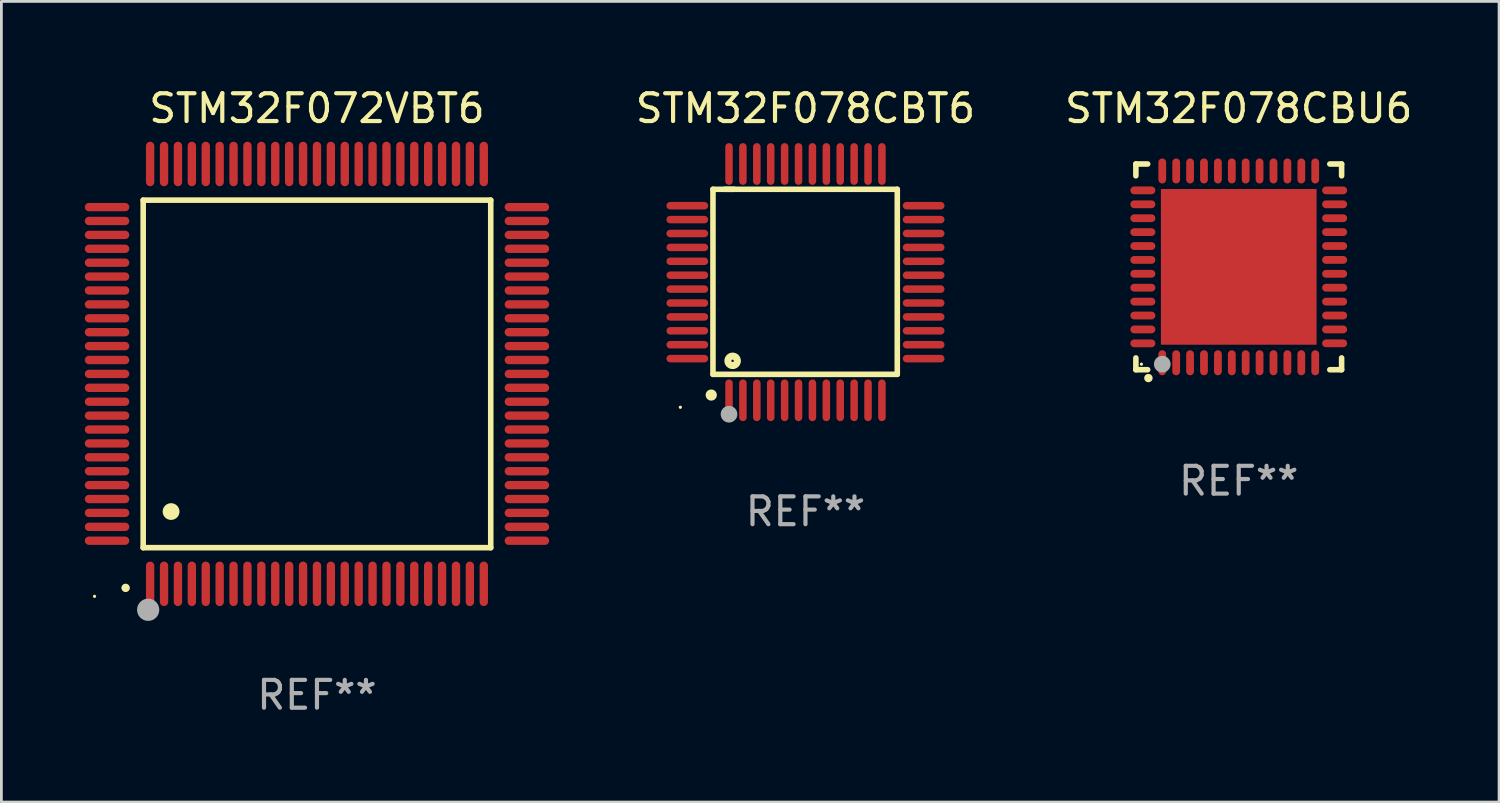
<source format=kicad_pcb>
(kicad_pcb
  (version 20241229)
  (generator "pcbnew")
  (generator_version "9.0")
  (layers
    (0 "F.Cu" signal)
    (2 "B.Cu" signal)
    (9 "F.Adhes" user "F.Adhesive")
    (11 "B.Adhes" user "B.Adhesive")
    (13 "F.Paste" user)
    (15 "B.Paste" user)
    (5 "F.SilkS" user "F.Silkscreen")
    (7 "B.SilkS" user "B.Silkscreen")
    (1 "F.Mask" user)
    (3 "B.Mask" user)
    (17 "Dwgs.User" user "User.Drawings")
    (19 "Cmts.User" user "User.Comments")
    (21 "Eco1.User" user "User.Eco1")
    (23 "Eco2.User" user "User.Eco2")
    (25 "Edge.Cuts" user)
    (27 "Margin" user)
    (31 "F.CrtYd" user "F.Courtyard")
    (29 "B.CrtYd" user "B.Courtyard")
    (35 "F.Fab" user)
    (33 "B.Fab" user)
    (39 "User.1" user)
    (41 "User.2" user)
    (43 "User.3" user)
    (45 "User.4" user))
  (footprint "STM32F072VBT6"
    (layer "F.Cu")
    (at 8.35 10.398)
    (property "Reference" "STM32F072VBT6" (at 0 -9.55 0) (layer "F.SilkS") (effects (font (size 1 1) (thickness 0.15))))
    (attr through_hole)
    (fp_line (start -6.25 -6.25) (end -6.25 6.25) (stroke (width 0.2) (type solid)) (layer "F.SilkS"))
    (fp_line (start -6.25 6.25) (end 6.25 6.25) (stroke (width 0.2) (type solid)) (layer "F.SilkS"))
    (fp_line (start 6.25 -6.25) (end -6.25 -6.25) (stroke (width 0.2) (type solid)) (layer "F.SilkS"))
    (fp_line (start 6.25 6.25) (end 6.25 -6.25) (stroke (width 0.2) (type solid)) (layer "F.SilkS"))
    (fp_arc (start -6.883414 7.696215) (mid -6.882144 7.69621) (end -6.880874 7.696215) (stroke (width 0.3) (type solid)) (layer "F.SilkS"))
    (fp_arc (start -5.250191 4.95047) (mid -5.247651 4.950459) (end -5.245111 4.95047) (stroke (width 0.6) (type solid)) (layer "F.SilkS"))
    (fp_circle (center -8 8) (end -7.97 8) (stroke (width 0.06) (type solid)) (fill no) (layer "F.SilkS"))
    (fp_circle (center -6.071 8.484) (end -5.871 8.484) (stroke (width 0.4) (type solid)) (fill no) (layer "F.Fab"))
    (fp_text user "REF**" (at 0 11.55 0) (layer "F.Fab") (effects (font (size 1 1) (thickness 0.15))))
    (pad "1" smd oval (at -6 7.55) (size 0.3 1.6) (layers "F.Cu" "F.Mask" "F.Paste"))
    (pad "2" smd oval (at -5.5 7.55) (size 0.3 1.6) (layers "F.Cu" "F.Mask" "F.Paste"))
    (pad "3" smd oval (at -5 7.55) (size 0.3 1.6) (layers "F.Cu" "F.Mask" "F.Paste"))
    (pad "4" smd oval (at -4.5 7.55) (size 0.3 1.6) (layers "F.Cu" "F.Mask" "F.Paste"))
    (pad "5" smd oval (at -4 7.55) (size 0.3 1.6) (layers "F.Cu" "F.Mask" "F.Paste"))
    (pad "6" smd oval (at -3.5 7.55) (size 0.3 1.6) (layers "F.Cu" "F.Mask" "F.Paste"))
    (pad "7" smd oval (at -3 7.55) (size 0.3 1.6) (layers "F.Cu" "F.Mask" "F.Paste"))
    (pad "8" smd oval (at -2.5 7.55) (size 0.3 1.6) (layers "F.Cu" "F.Mask" "F.Paste"))
    (pad "9" smd oval (at -2 7.55) (size 0.3 1.6) (layers "F.Cu" "F.Mask" "F.Paste"))
    (pad "10" smd oval (at -1.5 7.55) (size 0.3 1.6) (layers "F.Cu" "F.Mask" "F.Paste"))
    (pad "11" smd oval (at -1 7.55) (size 0.3 1.6) (layers "F.Cu" "F.Mask" "F.Paste"))
    (pad "12" smd oval (at -0.5 7.55) (size 0.3 1.6) (layers "F.Cu" "F.Mask" "F.Paste"))
    (pad "13" smd oval (at 0 7.55) (size 0.3 1.6) (layers "F.Cu" "F.Mask" "F.Paste"))
    (pad "14" smd oval (at 0.5 7.55) (size 0.3 1.6) (layers "F.Cu" "F.Mask" "F.Paste"))
    (pad "15" smd oval (at 1 7.55) (size 0.3 1.6) (layers "F.Cu" "F.Mask" "F.Paste"))
    (pad "16" smd oval (at 1.5 7.55) (size 0.3 1.6) (layers "F.Cu" "F.Mask" "F.Paste"))
    (pad "17" smd oval (at 2 7.55) (size 0.3 1.6) (layers "F.Cu" "F.Mask" "F.Paste"))
    (pad "18" smd oval (at 2.5 7.55) (size 0.3 1.6) (layers "F.Cu" "F.Mask" "F.Paste"))
    (pad "19" smd oval (at 3 7.55) (size 0.3 1.6) (layers "F.Cu" "F.Mask" "F.Paste"))
    (pad "20" smd oval (at 3.5 7.55) (size 0.3 1.6) (layers "F.Cu" "F.Mask" "F.Paste"))
    (pad "21" smd oval (at 4 7.55) (size 0.3 1.6) (layers "F.Cu" "F.Mask" "F.Paste"))
    (pad "22" smd oval (at 4.5 7.55) (size 0.3 1.6) (layers "F.Cu" "F.Mask" "F.Paste"))
    (pad "23" smd oval (at 5 7.55) (size 0.3 1.6) (layers "F.Cu" "F.Mask" "F.Paste"))
    (pad "24" smd oval (at 5.5 7.55) (size 0.3 1.6) (layers "F.Cu" "F.Mask" "F.Paste"))
    (pad "25" smd oval (at 6 7.55) (size 0.3 1.6) (layers "F.Cu" "F.Mask" "F.Paste"))
    (pad "26" smd oval (at 7.55 6) (size 1.6 0.3) (layers "F.Cu" "F.Mask" "F.Paste"))
    (pad "27" smd oval (at 7.55 5.5) (size 1.6 0.3) (layers "F.Cu" "F.Mask" "F.Paste"))
    (pad "28" smd oval (at 7.55 5) (size 1.6 0.3) (layers "F.Cu" "F.Mask" "F.Paste"))
    (pad "29" smd oval (at 7.55 4.5) (size 1.6 0.3) (layers "F.Cu" "F.Mask" "F.Paste"))
    (pad "30" smd oval (at 7.55 4) (size 1.6 0.3) (layers "F.Cu" "F.Mask" "F.Paste"))
    (pad "31" smd oval (at 7.55 3.5) (size 1.6 0.3) (layers "F.Cu" "F.Mask" "F.Paste"))
    (pad "32" smd oval (at 7.55 3) (size 1.6 0.3) (layers "F.Cu" "F.Mask" "F.Paste"))
    (pad "33" smd oval (at 7.55 2.5) (size 1.6 0.3) (layers "F.Cu" "F.Mask" "F.Paste"))
    (pad "34" smd oval (at 7.55 2) (size 1.6 0.3) (layers "F.Cu" "F.Mask" "F.Paste"))
    (pad "35" smd oval (at 7.55 1.5) (size 1.6 0.3) (layers "F.Cu" "F.Mask" "F.Paste"))
    (pad "36" smd oval (at 7.55 1) (size 1.6 0.3) (layers "F.Cu" "F.Mask" "F.Paste"))
    (pad "37" smd oval (at 7.55 0.5) (size 1.6 0.3) (layers "F.Cu" "F.Mask" "F.Paste"))
    (pad "38" smd oval (at 7.55 0) (size 1.6 0.3) (layers "F.Cu" "F.Mask" "F.Paste"))
    (pad "39" smd oval (at 7.55 -0.5) (size 1.6 0.3) (layers "F.Cu" "F.Mask" "F.Paste"))
    (pad "40" smd oval (at 7.55 -1) (size 1.6 0.3) (layers "F.Cu" "F.Mask" "F.Paste"))
    (pad "41" smd oval (at 7.55 -1.5) (size 1.6 0.3) (layers "F.Cu" "F.Mask" "F.Paste"))
    (pad "42" smd oval (at 7.55 -2) (size 1.6 0.3) (layers "F.Cu" "F.Mask" "F.Paste"))
    (pad "43" smd oval (at 7.55 -2.5) (size 1.6 0.3) (layers "F.Cu" "F.Mask" "F.Paste"))
    (pad "44" smd oval (at 7.55 -3) (size 1.6 0.3) (layers "F.Cu" "F.Mask" "F.Paste"))
    (pad "45" smd oval (at 7.55 -3.5) (size 1.6 0.3) (layers "F.Cu" "F.Mask" "F.Paste"))
    (pad "46" smd oval (at 7.55 -4) (size 1.6 0.3) (layers "F.Cu" "F.Mask" "F.Paste"))
    (pad "47" smd oval (at 7.55 -4.5) (size 1.6 0.3) (layers "F.Cu" "F.Mask" "F.Paste"))
    (pad "48" smd oval (at 7.55 -5) (size 1.6 0.3) (layers "F.Cu" "F.Mask" "F.Paste"))
    (pad "49" smd oval (at 7.55 -5.5) (size 1.6 0.3) (layers "F.Cu" "F.Mask" "F.Paste"))
    (pad "50" smd oval (at 7.55 -6) (size 1.6 0.3) (layers "F.Cu" "F.Mask" "F.Paste"))
    (pad "51" smd oval (at 6 -7.55) (size 0.3 1.6) (layers "F.Cu" "F.Mask" "F.Paste"))
    (pad "52" smd oval (at 5.5 -7.55) (size 0.3 1.6) (layers "F.Cu" "F.Mask" "F.Paste"))
    (pad "53" smd oval (at 5 -7.55) (size 0.3 1.6) (layers "F.Cu" "F.Mask" "F.Paste"))
    (pad "54" smd oval (at 4.5 -7.55) (size 0.3 1.6) (layers "F.Cu" "F.Mask" "F.Paste"))
    (pad "55" smd oval (at 4 -7.55) (size 0.3 1.6) (layers "F.Cu" "F.Mask" "F.Paste"))
    (pad "56" smd oval (at 3.5 -7.55) (size 0.3 1.6) (layers "F.Cu" "F.Mask" "F.Paste"))
    (pad "57" smd oval (at 3 -7.55) (size 0.3 1.6) (layers "F.Cu" "F.Mask" "F.Paste"))
    (pad "58" smd oval (at 2.5 -7.55) (size 0.3 1.6) (layers "F.Cu" "F.Mask" "F.Paste"))
    (pad "59" smd oval (at 2 -7.55) (size 0.3 1.6) (layers "F.Cu" "F.Mask" "F.Paste"))
    (pad "60" smd oval (at 1.5 -7.55) (size 0.3 1.6) (layers "F.Cu" "F.Mask" "F.Paste"))
    (pad "61" smd oval (at 1 -7.55) (size 0.3 1.6) (layers "F.Cu" "F.Mask" "F.Paste"))
    (pad "62" smd oval (at 0.5 -7.55) (size 0.3 1.6) (layers "F.Cu" "F.Mask" "F.Paste"))
    (pad "63" smd oval (at 0 -7.55) (size 0.3 1.6) (layers "F.Cu" "F.Mask" "F.Paste"))
    (pad "64" smd oval (at -0.5 -7.55) (size 0.3 1.6) (layers "F.Cu" "F.Mask" "F.Paste"))
    (pad "65" smd oval (at -1 -7.55) (size 0.3 1.6) (layers "F.Cu" "F.Mask" "F.Paste"))
    (pad "66" smd oval (at -1.5 -7.55) (size 0.3 1.6) (layers "F.Cu" "F.Mask" "F.Paste"))
    (pad "67" smd oval (at -2 -7.55) (size 0.3 1.6) (layers "F.Cu" "F.Mask" "F.Paste"))
    (pad "68" smd oval (at -2.5 -7.55) (size 0.3 1.6) (layers "F.Cu" "F.Mask" "F.Paste"))
    (pad "69" smd oval (at -3 -7.55) (size 0.3 1.6) (layers "F.Cu" "F.Mask" "F.Paste"))
    (pad "70" smd oval (at -3.5 -7.55) (size 0.3 1.6) (layers "F.Cu" "F.Mask" "F.Paste"))
    (pad "71" smd oval (at -4 -7.55) (size 0.3 1.6) (layers "F.Cu" "F.Mask" "F.Paste"))
    (pad "72" smd oval (at -4.5 -7.55) (size 0.3 1.6) (layers "F.Cu" "F.Mask" "F.Paste"))
    (pad "73" smd oval (at -5 -7.55) (size 0.3 1.6) (layers "F.Cu" "F.Mask" "F.Paste"))
    (pad "74" smd oval (at -5.5 -7.55) (size 0.3 1.6) (layers "F.Cu" "F.Mask" "F.Paste"))
    (pad "75" smd oval (at -6 -7.55) (size 0.3 1.6) (layers "F.Cu" "F.Mask" "F.Paste"))
    (pad "76" smd oval (at -7.55 -6) (size 1.6 0.3) (layers "F.Cu" "F.Mask" "F.Paste"))
    (pad "77" smd oval (at -7.55 -5.5) (size 1.6 0.3) (layers "F.Cu" "F.Mask" "F.Paste"))
    (pad "78" smd oval (at -7.55 -5) (size 1.6 0.3) (layers "F.Cu" "F.Mask" "F.Paste"))
    (pad "79" smd oval (at -7.55 -4.5) (size 1.6 0.3) (layers "F.Cu" "F.Mask" "F.Paste"))
    (pad "80" smd oval (at -7.55 -4) (size 1.6 0.3) (layers "F.Cu" "F.Mask" "F.Paste"))
    (pad "81" smd oval (at -7.55 -3.5) (size 1.6 0.3) (layers "F.Cu" "F.Mask" "F.Paste"))
    (pad "82" smd oval (at -7.55 -3) (size 1.6 0.3) (layers "F.Cu" "F.Mask" "F.Paste"))
    (pad "83" smd oval (at -7.55 -2.5) (size 1.6 0.3) (layers "F.Cu" "F.Mask" "F.Paste"))
    (pad "84" smd oval (at -7.55 -2) (size 1.6 0.3) (layers "F.Cu" "F.Mask" "F.Paste"))
    (pad "85" smd oval (at -7.55 -1.5) (size 1.6 0.3) (layers "F.Cu" "F.Mask" "F.Paste"))
    (pad "86" smd oval (at -7.55 -1) (size 1.6 0.3) (layers "F.Cu" "F.Mask" "F.Paste"))
    (pad "87" smd oval (at -7.55 -0.5) (size 1.6 0.3) (layers "F.Cu" "F.Mask" "F.Paste"))
    (pad "88" smd oval (at -7.55 0) (size 1.6 0.3) (layers "F.Cu" "F.Mask" "F.Paste"))
    (pad "89" smd oval (at -7.55 0.5) (size 1.6 0.3) (layers "F.Cu" "F.Mask" "F.Paste"))
    (pad "90" smd oval (at -7.55 1) (size 1.6 0.3) (layers "F.Cu" "F.Mask" "F.Paste"))
    (pad "91" smd oval (at -7.55 1.5) (size 1.6 0.3) (layers "F.Cu" "F.Mask" "F.Paste"))
    (pad "92" smd oval (at -7.55 2) (size 1.6 0.3) (layers "F.Cu" "F.Mask" "F.Paste"))
    (pad "93" smd oval (at -7.55 2.5) (size 1.6 0.3) (layers "F.Cu" "F.Mask" "F.Paste"))
    (pad "94" smd oval (at -7.55 3) (size 1.6 0.3) (layers "F.Cu" "F.Mask" "F.Paste"))
    (pad "95" smd oval (at -7.55 3.5) (size 1.6 0.3) (layers "F.Cu" "F.Mask" "F.Paste"))
    (pad "96" smd oval (at -7.55 4) (size 1.6 0.3) (layers "F.Cu" "F.Mask" "F.Paste"))
    (pad "97" smd oval (at -7.55 4.5) (size 1.6 0.3) (layers "F.Cu" "F.Mask" "F.Paste"))
    (pad "98" smd oval (at -7.55 5) (size 1.6 0.3) (layers "F.Cu" "F.Mask" "F.Paste"))
    (pad "99" smd oval (at -7.55 5.5) (size 1.6 0.3) (layers "F.Cu" "F.Mask" "F.Paste"))
    (pad "100" smd oval (at -7.55 6) (size 1.6 0.3) (layers "F.Cu" "F.Mask" "F.Paste")))
  (footprint "STM32F078CBU6"
    (layer "F.Cu")
    (at 41.503 6.548)
    (property "Reference" "STM32F078CBU6" (at 0 -5.7 0) (layer "F.SilkS") (effects (font (size 1 1) (thickness 0.15))))
    (attr through_hole)
    (fp_line (start -3.7 -3.7) (end -3.275 -3.7) (stroke (width 0.2) (type solid)) (layer "F.SilkS"))
    (fp_line (start -3.7 -3.275) (end -3.7 -3.7) (stroke (width 0.2) (type solid)) (layer "F.SilkS"))
    (fp_line (start -3.7 3.7) (end -3.7 3.275) (stroke (width 0.2) (type solid)) (layer "F.SilkS"))
    (fp_line (start -3.275 3.7) (end -3.7 3.7) (stroke (width 0.2) (type solid)) (layer "F.SilkS"))
    (fp_line (start 3.7 -3.7) (end 3.275 -3.7) (stroke (width 0.2) (type solid)) (layer "F.SilkS"))
    (fp_line (start 3.7 -3.275) (end 3.7 -3.7) (stroke (width 0.2) (type solid)) (layer "F.SilkS"))
    (fp_line (start 3.7 3.275) (end 3.7 3.7) (stroke (width 0.2) (type solid)) (layer "F.SilkS"))
    (fp_line (start 3.7 3.7) (end 3.275 3.7) (stroke (width 0.2) (type solid)) (layer "F.SilkS"))
    (fp_arc (start -3.249936 3.999975) (mid -3.248666 3.99997) (end -3.247396 3.999975) (stroke (width 0.3) (type solid)) (layer "F.SilkS"))
    (fp_circle (center -3.5 3.5) (end -3.47 3.5) (stroke (width 0.06) (type solid)) (fill no) (layer "F.SilkS"))
    (fp_circle (center -2.75 3.5) (end -2.6 3.5) (stroke (width 0.3) (type solid)) (fill no) (layer "F.Fab"))
    (fp_text user "REF**" (at 0 7.7 0) (layer "F.Fab") (effects (font (size 1 1) (thickness 0.15))))
    (pad "1" smd oval (at -2.751 3.449) (size 0.28 0.9) (layers "F.Cu" "F.Mask" "F.Paste"))
    (pad "2" smd oval (at -2.25 3.449) (size 0.28 0.9) (layers "F.Cu" "F.Mask" "F.Paste"))
    (pad "3" smd oval (at -1.75 3.449) (size 0.28 0.9) (layers "F.Cu" "F.Mask" "F.Paste"))
    (pad "4" smd oval (at -1.25 3.449) (size 0.28 0.9) (layers "F.Cu" "F.Mask" "F.Paste"))
    (pad "5" smd oval (at -0.749 3.449) (size 0.28 0.9) (layers "F.Cu" "F.Mask" "F.Paste"))
    (pad "6" smd oval (at -0.249 3.449) (size 0.28 0.9) (layers "F.Cu" "F.Mask" "F.Paste"))
    (pad "7" smd oval (at 0.249 3.449) (size 0.28 0.9) (layers "F.Cu" "F.Mask" "F.Paste"))
    (pad "8" smd oval (at 0.749 3.449) (size 0.28 0.9) (layers "F.Cu" "F.Mask" "F.Paste"))
    (pad "9" smd oval (at 1.25 3.449) (size 0.28 0.9) (layers "F.Cu" "F.Mask" "F.Paste"))
    (pad "10" smd oval (at 1.75 3.449) (size 0.28 0.9) (layers "F.Cu" "F.Mask" "F.Paste"))
    (pad "11" smd oval (at 2.251 3.449) (size 0.28 0.9) (layers "F.Cu" "F.Mask" "F.Paste"))
    (pad "12" smd oval (at 2.751 3.449) (size 0.28 0.9) (layers "F.Cu" "F.Mask" "F.Paste"))
    (pad "13" smd oval (at 3.449 2.75) (size 0.9 0.28) (layers "F.Cu" "F.Mask" "F.Paste"))
    (pad "14" smd oval (at 3.449 2.25) (size 0.9 0.28) (layers "F.Cu" "F.Mask" "F.Paste"))
    (pad "15" smd oval (at 3.449 1.75) (size 0.9 0.28) (layers "F.Cu" "F.Mask" "F.Paste"))
    (pad "16" smd oval (at 3.449 1.25) (size 0.9 0.28) (layers "F.Cu" "F.Mask" "F.Paste"))
    (pad "17" smd oval (at 3.449 0.75) (size 0.9 0.28) (layers "F.Cu" "F.Mask" "F.Paste"))
    (pad "18" smd oval (at 3.449 0.25) (size 0.9 0.28) (layers "F.Cu" "F.Mask" "F.Paste"))
    (pad "19" smd oval (at 3.449 -0.25) (size 0.9 0.28) (layers "F.Cu" "F.Mask" "F.Paste"))
    (pad "20" smd oval (at 3.449 -0.75) (size 0.9 0.28) (layers "F.Cu" "F.Mask" "F.Paste"))
    (pad "21" smd oval (at 3.449 -1.25) (size 0.9 0.28) (layers "F.Cu" "F.Mask" "F.Paste"))
    (pad "22" smd oval (at 3.449 -1.75) (size 0.9 0.28) (layers "F.Cu" "F.Mask" "F.Paste"))
    (pad "23" smd oval (at 3.449 -2.25) (size 0.9 0.28) (layers "F.Cu" "F.Mask" "F.Paste"))
    (pad "24" smd oval (at 3.449 -2.75) (size 0.9 0.28) (layers "F.Cu" "F.Mask" "F.Paste"))
    (pad "25" smd oval (at 2.751 -3.449) (size 0.28 0.9) (layers "F.Cu" "F.Mask" "F.Paste"))
    (pad "26" smd oval (at 2.251 -3.449) (size 0.28 0.9) (layers "F.Cu" "F.Mask" "F.Paste"))
    (pad "27" smd oval (at 1.75 -3.449) (size 0.28 0.9) (layers "F.Cu" "F.Mask" "F.Paste"))
    (pad "28" smd oval (at 1.25 -3.449) (size 0.28 0.9) (layers "F.Cu" "F.Mask" "F.Paste"))
    (pad "29" smd oval (at 0.749 -3.449) (size 0.28 0.9) (layers "F.Cu" "F.Mask" "F.Paste"))
    (pad "30" smd oval (at 0.249 -3.449) (size 0.28 0.9) (layers "F.Cu" "F.Mask" "F.Paste"))
    (pad "31" smd oval (at -0.249 -3.449) (size 0.28 0.9) (layers "F.Cu" "F.Mask" "F.Paste"))
    (pad "32" smd oval (at -0.749 -3.449) (size 0.28 0.9) (layers "F.Cu" "F.Mask" "F.Paste"))
    (pad "33" smd oval (at -1.25 -3.449) (size 0.28 0.9) (layers "F.Cu" "F.Mask" "F.Paste"))
    (pad "34" smd oval (at -1.75 -3.449) (size 0.28 0.9) (layers "F.Cu" "F.Mask" "F.Paste"))
    (pad "35" smd oval (at -2.25 -3.449) (size 0.28 0.9) (layers "F.Cu" "F.Mask" "F.Paste"))
    (pad "36" smd oval (at -2.751 -3.449) (size 0.28 0.9) (layers "F.Cu" "F.Mask" "F.Paste"))
    (pad "37" smd oval (at -3.449 -2.751) (size 0.9 0.28) (layers "F.Cu" "F.Mask" "F.Paste"))
    (pad "38" smd oval (at -3.449 -2.25) (size 0.9 0.28) (layers "F.Cu" "F.Mask" "F.Paste"))
    (pad "39" smd oval (at -3.449 -1.75) (size 0.9 0.28) (layers "F.Cu" "F.Mask" "F.Paste"))
    (pad "40" smd oval (at -3.449 -1.25) (size 0.9 0.28) (layers "F.Cu" "F.Mask" "F.Paste"))
    (pad "41" smd oval (at -3.449 -0.749) (size 0.9 0.28) (layers "F.Cu" "F.Mask" "F.Paste"))
    (pad "42" smd oval (at -3.449 -0.249) (size 0.9 0.28) (layers "F.Cu" "F.Mask" "F.Paste"))
    (pad "43" smd oval (at -3.449 0.249) (size 0.9 0.28) (layers "F.Cu" "F.Mask" "F.Paste"))
    (pad "44" smd oval (at -3.449 0.749) (size 0.9 0.28) (layers "F.Cu" "F.Mask" "F.Paste"))
    (pad "45" smd oval (at -3.449 1.25) (size 0.9 0.28) (layers "F.Cu" "F.Mask" "F.Paste"))
    (pad "46" smd oval (at -3.449 1.75) (size 0.9 0.28) (layers "F.Cu" "F.Mask" "F.Paste"))
    (pad "47" smd oval (at -3.449 2.25) (size 0.9 0.28) (layers "F.Cu" "F.Mask" "F.Paste"))
    (pad "48" smd oval (at -3.449 2.751) (size 0.9 0.28) (layers "F.Cu" "F.Mask" "F.Paste"))
    (pad "49" smd rect (at 0.000076 -0.000025) (size 5.6 5.6) (layers "F.Cu" "F.Mask" "F.Paste")))
  (footprint "STM32F078CBT6"
    (layer "F.Cu")
    (at 25.92 7.098)
    (property "Reference" "STM32F078CBT6" (at 0 -6.25 0) (layer "F.SilkS") (effects (font (size 1 1) (thickness 0.15))))
    (attr through_hole)
    (fp_line (start -3.327 -3.34) (end -2.565 -3.34) (stroke (width 0.2) (type solid)) (layer "F.SilkS"))
    (fp_line (start -3.327 3.315) (end -3.327 -3.34) (stroke (width 0.2) (type solid)) (layer "F.SilkS"))
    (fp_line (start -2.896 -3.34) (end 3.302 -3.34) (stroke (width 0.2) (type solid)) (layer "F.SilkS"))
    (fp_line (start 3.302 -3.34) (end 3.302 3.315) (stroke (width 0.2) (type solid)) (layer "F.SilkS"))
    (fp_line (start 3.302 3.315) (end -3.327 3.315) (stroke (width 0.2) (type solid)) (layer "F.SilkS"))
    (fp_arc (start -3.389992 4.059995) (mid -3.388722 4.059991) (end -3.387452 4.059995) (stroke (width 0.4) (type solid)) (layer "F.SilkS"))
    (fp_circle (center -4.5 4.5) (end -4.47 4.5) (stroke (width 0.06) (type solid)) (fill no) (layer "F.SilkS"))
    (fp_circle (center -2.62 2.83) (end -2.45 2.83) (stroke (width 0.254) (type solid)) (fill no) (layer "F.SilkS"))
    (fp_circle (center -2.75 4.75) (end -2.6 4.75) (stroke (width 0.3) (type solid)) (fill no) (layer "F.Fab"))
    (fp_text user "REF**" (at 0 8.25 0) (layer "F.Fab") (effects (font (size 1 1) (thickness 0.15))))
    (pad "1" smd oval (at -2.75 4.25) (size 0.27 1.5) (layers "F.Cu" "F.Mask" "F.Paste"))
    (pad "2" smd oval (at -2.25 4.25) (size 0.27 1.5) (layers "F.Cu" "F.Mask" "F.Paste"))
    (pad "3" smd oval (at -1.75 4.25) (size 0.27 1.5) (layers "F.Cu" "F.Mask" "F.Paste"))
    (pad "4" smd oval (at -1.25 4.25) (size 0.27 1.5) (layers "F.Cu" "F.Mask" "F.Paste"))
    (pad "5" smd oval (at -0.75 4.25) (size 0.27 1.5) (layers "F.Cu" "F.Mask" "F.Paste"))
    (pad "6" smd oval (at -0.25 4.25) (size 0.27 1.5) (layers "F.Cu" "F.Mask" "F.Paste"))
    (pad "7" smd oval (at 0.25 4.25) (size 0.27 1.5) (layers "F.Cu" "F.Mask" "F.Paste"))
    (pad "8" smd oval (at 0.75 4.25) (size 0.27 1.5) (layers "F.Cu" "F.Mask" "F.Paste"))
    (pad "9" smd oval (at 1.25 4.25) (size 0.27 1.5) (layers "F.Cu" "F.Mask" "F.Paste"))
    (pad "10" smd oval (at 1.75 4.25) (size 0.27 1.5) (layers "F.Cu" "F.Mask" "F.Paste"))
    (pad "11" smd oval (at 2.25 4.25) (size 0.27 1.5) (layers "F.Cu" "F.Mask" "F.Paste"))
    (pad "12" smd oval (at 2.75 4.25) (size 0.27 1.5) (layers "F.Cu" "F.Mask" "F.Paste"))
    (pad "13" smd oval (at 4.25 2.75) (size 1.5 0.27) (layers "F.Cu" "F.Mask" "F.Paste"))
    (pad "14" smd oval (at 4.25 2.25) (size 1.5 0.27) (layers "F.Cu" "F.Mask" "F.Paste"))
    (pad "15" smd oval (at 4.25 1.75) (size 1.5 0.27) (layers "F.Cu" "F.Mask" "F.Paste"))
    (pad "16" smd oval (at 4.25 1.25) (size 1.5 0.27) (layers "F.Cu" "F.Mask" "F.Paste"))
    (pad "17" smd oval (at 4.25 0.75) (size 1.5 0.27) (layers "F.Cu" "F.Mask" "F.Paste"))
    (pad "18" smd oval (at 4.25 0.25) (size 1.5 0.27) (layers "F.Cu" "F.Mask" "F.Paste"))
    (pad "19" smd oval (at 4.25 -0.25) (size 1.5 0.27) (layers "F.Cu" "F.Mask" "F.Paste"))
    (pad "20" smd oval (at 4.25 -0.75) (size 1.5 0.27) (layers "F.Cu" "F.Mask" "F.Paste"))
    (pad "21" smd oval (at 4.25 -1.25) (size 1.5 0.27) (layers "F.Cu" "F.Mask" "F.Paste"))
    (pad "22" smd oval (at 4.25 -1.75) (size 1.5 0.27) (layers "F.Cu" "F.Mask" "F.Paste"))
    (pad "23" smd oval (at 4.25 -2.25) (size 1.5 0.27) (layers "F.Cu" "F.Mask" "F.Paste"))
    (pad "24" smd oval (at 4.25 -2.75) (size 1.5 0.27) (layers "F.Cu" "F.Mask" "F.Paste"))
    (pad "25" smd oval (at 2.75 -4.25) (size 0.27 1.5) (layers "F.Cu" "F.Mask" "F.Paste"))
    (pad "26" smd oval (at 2.25 -4.25) (size 0.27 1.5) (layers "F.Cu" "F.Mask" "F.Paste"))
    (pad "27" smd oval (at 1.75 -4.25) (size 0.27 1.5) (layers "F.Cu" "F.Mask" "F.Paste"))
    (pad "28" smd oval (at 1.25 -4.25) (size 0.27 1.5) (layers "F.Cu" "F.Mask" "F.Paste"))
    (pad "29" smd oval (at 0.75 -4.25) (size 0.27 1.5) (layers "F.Cu" "F.Mask" "F.Paste"))
    (pad "30" smd oval (at 0.25 -4.25) (size 0.27 1.5) (layers "F.Cu" "F.Mask" "F.Paste"))
    (pad "31" smd oval (at -0.25 -4.25) (size 0.27 1.5) (layers "F.Cu" "F.Mask" "F.Paste"))
    (pad "32" smd oval (at -0.75 -4.25) (size 0.27 1.5) (layers "F.Cu" "F.Mask" "F.Paste"))
    (pad "33" smd oval (at -1.25 -4.25) (size 0.27 1.5) (layers "F.Cu" "F.Mask" "F.Paste"))
    (pad "34" smd oval (at -1.75 -4.25) (size 0.27 1.5) (layers "F.Cu" "F.Mask" "F.Paste"))
    (pad "35" smd oval (at -2.25 -4.25) (size 0.27 1.5) (layers "F.Cu" "F.Mask" "F.Paste"))
    (pad "36" smd oval (at -2.75 -4.25) (size 0.27 1.5) (layers "F.Cu" "F.Mask" "F.Paste"))
    (pad "37" smd oval (at -4.25 -2.75) (size 1.5 0.27) (layers "F.Cu" "F.Mask" "F.Paste"))
    (pad "38" smd oval (at -4.25 -2.25) (size 1.5 0.27) (layers "F.Cu" "F.Mask" "F.Paste"))
    (pad "39" smd oval (at -4.25 -1.75) (size 1.5 0.27) (layers "F.Cu" "F.Mask" "F.Paste"))
    (pad "40" smd oval (at -4.25 -1.25) (size 1.5 0.27) (layers "F.Cu" "F.Mask" "F.Paste"))
    (pad "41" smd oval (at -4.25 -0.75) (size 1.5 0.27) (layers "F.Cu" "F.Mask" "F.Paste"))
    (pad "42" smd oval (at -4.25 -0.25) (size 1.5 0.27) (layers "F.Cu" "F.Mask" "F.Paste"))
    (pad "43" smd oval (at -4.25 0.25) (size 1.5 0.27) (layers "F.Cu" "F.Mask" "F.Paste"))
    (pad "44" smd oval (at -4.25 0.75) (size 1.5 0.27) (layers "F.Cu" "F.Mask" "F.Paste"))
    (pad "45" smd oval (at -4.25 1.25) (size 1.5 0.27) (layers "F.Cu" "F.Mask" "F.Paste"))
    (pad "46" smd oval (at -4.25 1.75) (size 1.5 0.27) (layers "F.Cu" "F.Mask" "F.Paste"))
    (pad "47" smd oval (at -4.25 2.25) (size 1.5 0.27) (layers "F.Cu" "F.Mask" "F.Paste"))
    (pad "48" smd oval (at -4.25 2.75) (size 1.5 0.27) (layers "F.Cu" "F.Mask" "F.Paste")))
  (gr_rect
    (start -3 -3)
    (end 50.866 25.796)
    (stroke (width 0.1) (type default))
    (fill no)
    (layer "Edge.Cuts")))
</source>
